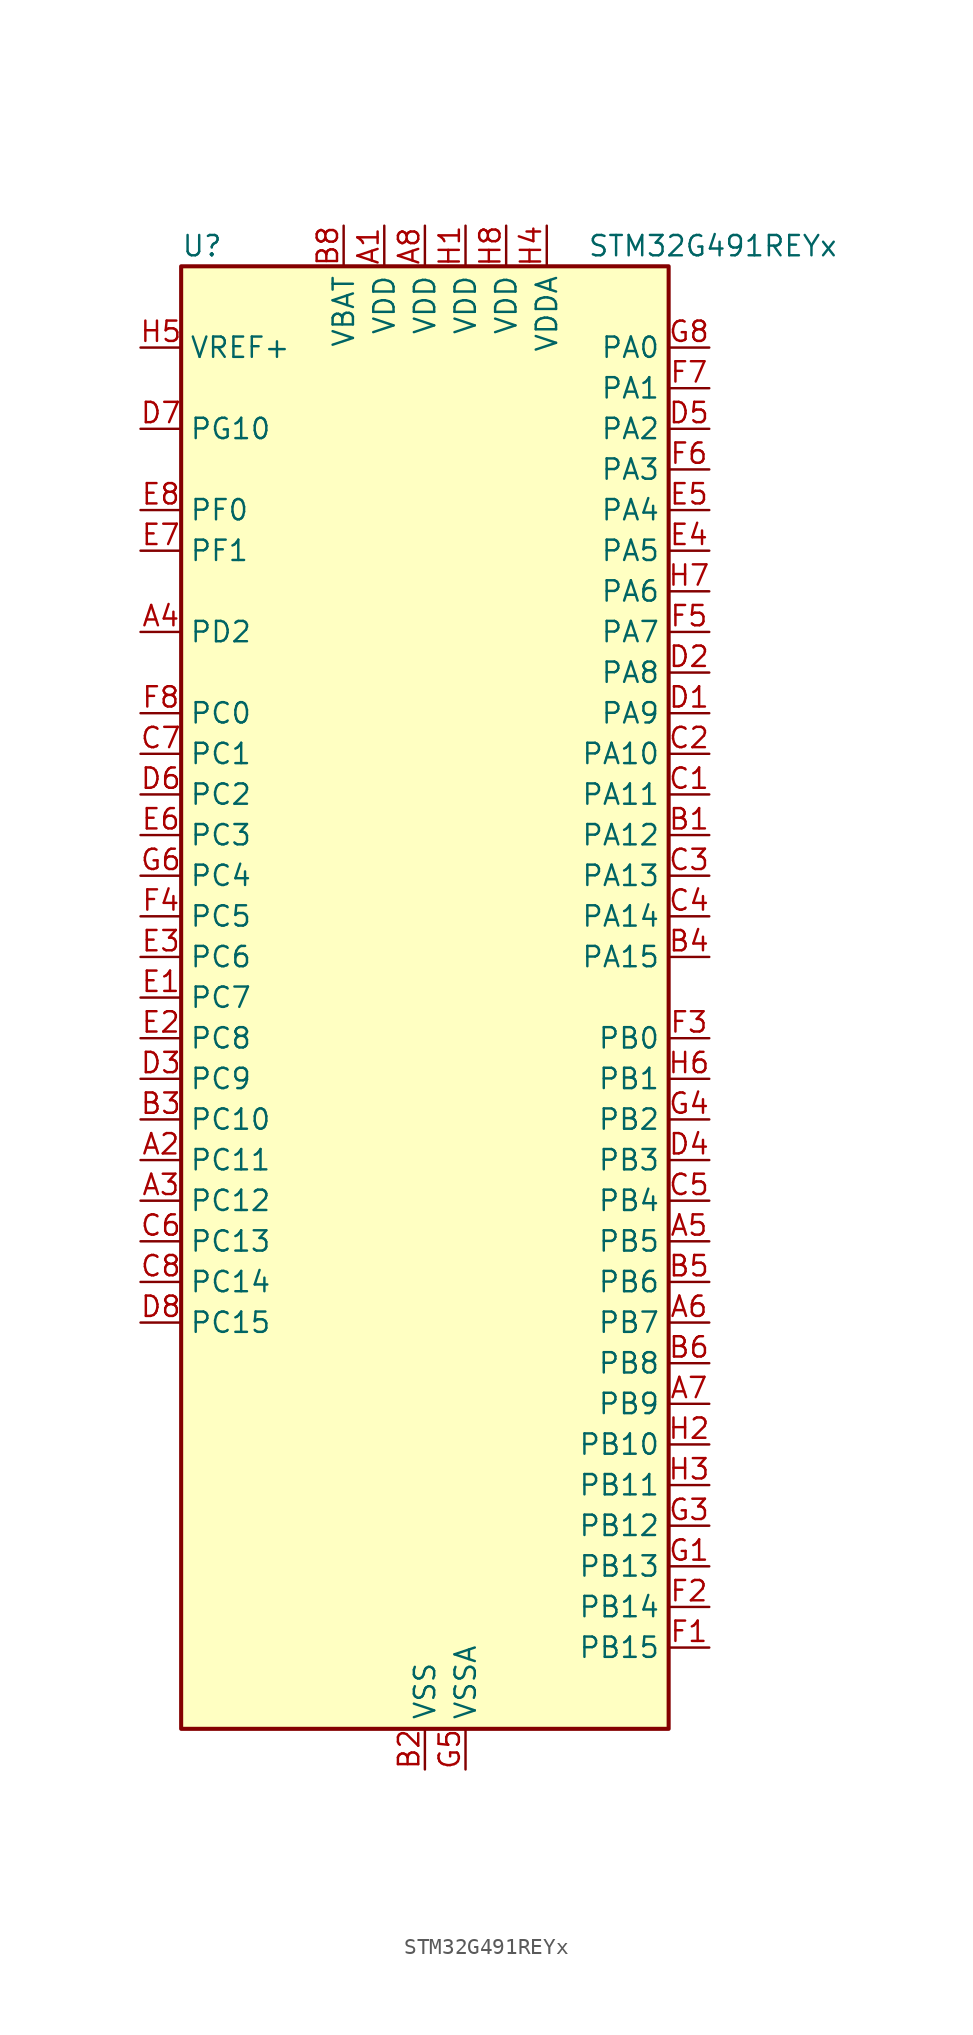
<source format=kicad_sym>
(kicad_symbol_lib
  (version 20241209)
  (generator "kicad_symbol_editor")
  (generator_version "9.0")
  (symbol "STM32G491REYx"
    (property "Reference" "U"
      (at -15.24 46.99 0)
      (effects (font (size 1.27 1.27)) (justify left)))
    (property "Value" "STM32G491REYx"
      (at 10.16 46.99 0)
      (effects (font (size 1.27 1.27)) (justify left)))
    (symbol "STM32G491REYx_0_1"
      (rectangle (start -15.24 -45.72) (end 15.24 45.72) (stroke (width 0.254) (type default)) (fill (type background))))
    (symbol "STM32G491REYx_1_1"
      (pin input line (at -17.78 40.64 0) (length 2.54) (name "VREF+" (effects (font (size 1.27 1.27)))) (number "H5" (effects (font (size 1.27 1.27)))) (alternate "VREFBUF_OUT" bidirectional line))
      (pin bidirectional line (at -17.78 35.56 0) (length 2.54) (name "PG10" (effects (font (size 1.27 1.27)))) (number "D7" (effects (font (size 1.27 1.27)))) (alternate "DAC1_EXTI10" bidirectional line) (alternate "DAC3_EXTI10" bidirectional line) (alternate "RCC_MCO" bidirectional line))
      (pin bidirectional line (at -17.78 30.48 0) (length 2.54) (name "PF0" (effects (font (size 1.27 1.27)))) (number "E8" (effects (font (size 1.27 1.27)))) (alternate "ADC1_IN10" bidirectional line) (alternate "I2C2_SDA" bidirectional line) (alternate "I2S2_WS" bidirectional line) (alternate "RCC_OSC_IN" bidirectional line) (alternate "SPI2_NSS" bidirectional line) (alternate "TIM1_CH3N" bidirectional line))
      (pin bidirectional line (at -17.78 27.94 0) (length 2.54) (name "PF1" (effects (font (size 1.27 1.27)))) (number "E7" (effects (font (size 1.27 1.27)))) (alternate "ADC2_IN10" bidirectional line) (alternate "COMP3_INM" bidirectional line) (alternate "I2S2_CK" bidirectional line) (alternate "RCC_OSC_OUT" bidirectional line) (alternate "SPI2_SCK" bidirectional line))
      (pin bidirectional line (at -17.78 22.86 0) (length 2.54) (name "PD2" (effects (font (size 1.27 1.27)))) (number "A4" (effects (font (size 1.27 1.27)))) (alternate "ADC3_EXTI2" bidirectional line) (alternate "TIM3_ETR" bidirectional line) (alternate "TIM8_BKIN" bidirectional line) (alternate "UART5_RX" bidirectional line))
      (pin bidirectional line (at -17.78 17.78 0) (length 2.54) (name "PC0" (effects (font (size 1.27 1.27)))) (number "F8" (effects (font (size 1.27 1.27)))) (alternate "ADC1_IN6" bidirectional line) (alternate "ADC2_IN6" bidirectional line) (alternate "COMP3_INM" bidirectional line) (alternate "LPTIM1_IN1" bidirectional line) (alternate "LPUART1_RX" bidirectional line) (alternate "TIM1_CH1" bidirectional line))
      (pin bidirectional line (at -17.78 15.24 0) (length 2.54) (name "PC1" (effects (font (size 1.27 1.27)))) (number "C7" (effects (font (size 1.27 1.27)))) (alternate "ADC1_IN7" bidirectional line) (alternate "ADC2_IN7" bidirectional line) (alternate "COMP3_INP" bidirectional line) (alternate "LPTIM1_OUT" bidirectional line) (alternate "LPUART1_TX" bidirectional line) (alternate "QUADSPI1_BK2_IO0" bidirectional line) (alternate "SAI1_SD_A" bidirectional line) (alternate "TIM1_CH2" bidirectional line))
      (pin bidirectional line (at -17.78 12.7 0) (length 2.54) (name "PC2" (effects (font (size 1.27 1.27)))) (number "D6" (effects (font (size 1.27 1.27)))) (alternate "ADC1_IN8" bidirectional line) (alternate "ADC2_IN8" bidirectional line) (alternate "ADC3_EXTI2" bidirectional line) (alternate "COMP3_OUT" bidirectional line) (alternate "LPTIM1_IN2" bidirectional line) (alternate "QUADSPI1_BK2_IO1" bidirectional line) (alternate "TIM1_CH3" bidirectional line) (alternate "TIM20_CH2" bidirectional line))
      (pin bidirectional line (at -17.78 10.16 0) (length 2.54) (name "PC3" (effects (font (size 1.27 1.27)))) (number "E6" (effects (font (size 1.27 1.27)))) (alternate "ADC1_IN9" bidirectional line) (alternate "ADC2_IN9" bidirectional line) (alternate "ADC3_EXTI3" bidirectional line) (alternate "LPTIM1_ETR" bidirectional line) (alternate "QUADSPI1_BK2_IO2" bidirectional line) (alternate "SAI1_D1" bidirectional line) (alternate "SAI1_SD_A" bidirectional line) (alternate "TIM1_BKIN2" bidirectional line) (alternate "TIM1_CH4" bidirectional line))
      (pin bidirectional line (at -17.78 7.62 0) (length 2.54) (name "PC4" (effects (font (size 1.27 1.27)))) (number "G6" (effects (font (size 1.27 1.27)))) (alternate "ADC2_IN5" bidirectional line) (alternate "I2C2_SCL" bidirectional line) (alternate "QUADSPI1_BK2_IO3" bidirectional line) (alternate "TIM1_ETR" bidirectional line) (alternate "USART1_TX" bidirectional line))
      (pin bidirectional line (at -17.78 5.08 0) (length 2.54) (name "PC5" (effects (font (size 1.27 1.27)))) (number "F4" (effects (font (size 1.27 1.27)))) (alternate "ADC2_IN11" bidirectional line) (alternate "OPAMP1_VINM" bidirectional line) (alternate "OPAMP1_VINM1" bidirectional line) (alternate "OPAMP1_VINM_SEC" bidirectional line) (alternate "OPAMP2_VINM" bidirectional line) (alternate "OPAMP2_VINM1" bidirectional line) (alternate "OPAMP2_VINM_SEC" bidirectional line) (alternate "SAI1_D3" bidirectional line) (alternate "SYS_WKUP5" bidirectional line) (alternate "TIM15_BKIN" bidirectional line) (alternate "TIM1_CH4N" bidirectional line) (alternate "USART1_RX" bidirectional line))
      (pin bidirectional line (at -17.78 2.54 0) (length 2.54) (name "PC6" (effects (font (size 1.27 1.27)))) (number "E3" (effects (font (size 1.27 1.27)))) (alternate "I2S2_MCK" bidirectional line) (alternate "TIM3_CH1" bidirectional line) (alternate "TIM8_CH1" bidirectional line))
      (pin bidirectional line (at -17.78 0 0) (length 2.54) (name "PC7" (effects (font (size 1.27 1.27)))) (number "E1" (effects (font (size 1.27 1.27)))) (alternate "I2S3_MCK" bidirectional line) (alternate "TIM3_CH2" bidirectional line) (alternate "TIM8_CH2" bidirectional line))
      (pin bidirectional line (at -17.78 -2.54 0) (length 2.54) (name "PC8" (effects (font (size 1.27 1.27)))) (number "E2" (effects (font (size 1.27 1.27)))) (alternate "I2C3_SCL" bidirectional line) (alternate "TIM20_CH3" bidirectional line) (alternate "TIM3_CH3" bidirectional line) (alternate "TIM8_CH3" bidirectional line))
      (pin bidirectional line (at -17.78 -5.08 0) (length 2.54) (name "PC9" (effects (font (size 1.27 1.27)))) (number "D3" (effects (font (size 1.27 1.27)))) (alternate "DAC1_EXTI9" bidirectional line) (alternate "DAC3_EXTI9" bidirectional line) (alternate "I2C3_SDA" bidirectional line) (alternate "I2S_CKIN" bidirectional line) (alternate "TIM3_CH4" bidirectional line) (alternate "TIM8_BKIN2" bidirectional line) (alternate "TIM8_CH4" bidirectional line))
      (pin bidirectional line (at -17.78 -7.62 0) (length 2.54) (name "PC10" (effects (font (size 1.27 1.27)))) (number "B3" (effects (font (size 1.27 1.27)))) (alternate "DAC1_EXTI10" bidirectional line) (alternate "DAC3_EXTI10" bidirectional line) (alternate "I2S3_CK" bidirectional line) (alternate "SPI3_SCK" bidirectional line) (alternate "TIM8_CH1N" bidirectional line) (alternate "UART4_TX" bidirectional line) (alternate "USART3_TX" bidirectional line))
      (pin bidirectional line (at -17.78 -10.16 0) (length 2.54) (name "PC11" (effects (font (size 1.27 1.27)))) (number "A2" (effects (font (size 1.27 1.27)))) (alternate "ADC1_EXTI11" bidirectional line) (alternate "ADC2_EXTI11" bidirectional line) (alternate "I2C3_SDA" bidirectional line) (alternate "SPI3_MISO" bidirectional line) (alternate "TIM8_CH2N" bidirectional line) (alternate "UART4_RX" bidirectional line) (alternate "USART3_RX" bidirectional line))
      (pin bidirectional line (at -17.78 -12.7 0) (length 2.54) (name "PC12" (effects (font (size 1.27 1.27)))) (number "A3" (effects (font (size 1.27 1.27)))) (alternate "I2S3_SD" bidirectional line) (alternate "SPI3_MOSI" bidirectional line) (alternate "TIM8_CH3N" bidirectional line) (alternate "UART5_TX" bidirectional line) (alternate "UCPD1_FRSTX1" bidirectional line) (alternate "UCPD1_FRSTX2" bidirectional line) (alternate "USART3_CK" bidirectional line))
      (pin bidirectional line (at -17.78 -15.24 0) (length 2.54) (name "PC13" (effects (font (size 1.27 1.27)))) (number "C6" (effects (font (size 1.27 1.27)))) (alternate "RTC_OUT1" bidirectional line) (alternate "RTC_TAMP1" bidirectional line) (alternate "RTC_TS" bidirectional line) (alternate "SYS_WKUP2" bidirectional line) (alternate "TIM1_BKIN" bidirectional line) (alternate "TIM1_CH1N" bidirectional line) (alternate "TIM8_CH4N" bidirectional line))
      (pin bidirectional line (at -17.78 -17.78 0) (length 2.54) (name "PC14" (effects (font (size 1.27 1.27)))) (number "C8" (effects (font (size 1.27 1.27)))) (alternate "RCC_OSC32_IN" bidirectional line))
      (pin bidirectional line (at -17.78 -20.32 0) (length 2.54) (name "PC15" (effects (font (size 1.27 1.27)))) (number "D8" (effects (font (size 1.27 1.27)))) (alternate "ADC1_EXTI15" bidirectional line) (alternate "ADC2_EXTI15" bidirectional line) (alternate "RCC_OSC32_OUT" bidirectional line))
      (pin power_in line (at -5.08 48.26 270) (length 2.54) (name "VBAT" (effects (font (size 1.27 1.27)))) (number "B8" (effects (font (size 1.27 1.27)))))
      (pin power_in line (at -2.54 48.26 270) (length 2.54) (name "VDD" (effects (font (size 1.27 1.27)))) (number "A1" (effects (font (size 1.27 1.27)))))
      (pin power_in line (at 0 48.26 270) (length 2.54) (name "VDD" (effects (font (size 1.27 1.27)))) (number "A8" (effects (font (size 1.27 1.27)))))
      (pin power_in line (at 0 -48.26 90) (length 2.54) (name "VSS" (effects (font (size 1.27 1.27)))) (number "B2" (effects (font (size 1.27 1.27)))))
      (pin passive line (at 0 -48.26 90) (length 2.54) (hide yes) (name "VSS" (effects (font (size 1.27 1.27)))) (number "B7" (effects (font (size 1.27 1.27)))))
      (pin passive line (at 0 -48.26 90) (length 2.54) (hide yes) (name "VSS" (effects (font (size 1.27 1.27)))) (number "G2" (effects (font (size 1.27 1.27)))))
      (pin passive line (at 0 -48.26 90) (length 2.54) (hide yes) (name "VSS" (effects (font (size 1.27 1.27)))) (number "G7" (effects (font (size 1.27 1.27)))))
      (pin power_in line (at 2.54 48.26 270) (length 2.54) (name "VDD" (effects (font (size 1.27 1.27)))) (number "H1" (effects (font (size 1.27 1.27)))))
      (pin power_in line (at 2.54 -48.26 90) (length 2.54) (name "VSSA" (effects (font (size 1.27 1.27)))) (number "G5" (effects (font (size 1.27 1.27)))))
      (pin power_in line (at 5.08 48.26 270) (length 2.54) (name "VDD" (effects (font (size 1.27 1.27)))) (number "H8" (effects (font (size 1.27 1.27)))))
      (pin power_in line (at 7.62 48.26 270) (length 2.54) (name "VDDA" (effects (font (size 1.27 1.27)))) (number "H4" (effects (font (size 1.27 1.27)))))
      (pin bidirectional line (at 17.78 40.64 180) (length 2.54) (name "PA0" (effects (font (size 1.27 1.27)))) (number "G8" (effects (font (size 1.27 1.27)))) (alternate "ADC1_IN1" bidirectional line) (alternate "ADC2_IN1" bidirectional line) (alternate "COMP1_INM" bidirectional line) (alternate "COMP1_OUT" bidirectional line) (alternate "COMP3_INP" bidirectional line) (alternate "RTC_TAMP2" bidirectional line) (alternate "SYS_WKUP1" bidirectional line) (alternate "TIM2_CH1" bidirectional line) (alternate "TIM2_ETR" bidirectional line) (alternate "TIM8_BKIN" bidirectional line) (alternate "TIM8_ETR" bidirectional line) (alternate "USART2_CTS" bidirectional line) (alternate "USART2_NSS" bidirectional line))
      (pin bidirectional line (at 17.78 38.1 180) (length 2.54) (name "PA1" (effects (font (size 1.27 1.27)))) (number "F7" (effects (font (size 1.27 1.27)))) (alternate "ADC1_IN2" bidirectional line) (alternate "ADC2_IN2" bidirectional line) (alternate "COMP1_INP" bidirectional line) (alternate "OPAMP1_VINP" bidirectional line) (alternate "OPAMP1_VINP_SEC" bidirectional line) (alternate "OPAMP3_VINP" bidirectional line) (alternate "OPAMP3_VINP_SEC" bidirectional line) (alternate "OPAMP6_VINM" bidirectional line) (alternate "OPAMP6_VINM0" bidirectional line) (alternate "OPAMP6_VINM_SEC" bidirectional line) (alternate "RTC_REFIN" bidirectional line) (alternate "TIM15_CH1N" bidirectional line) (alternate "TIM2_CH2" bidirectional line) (alternate "USART2_DE" bidirectional line) (alternate "USART2_RTS" bidirectional line))
      (pin bidirectional line (at 17.78 35.56 180) (length 2.54) (name "PA2" (effects (font (size 1.27 1.27)))) (number "D5" (effects (font (size 1.27 1.27)))) (alternate "ADC1_IN3" bidirectional line) (alternate "ADC3_EXTI2" bidirectional line) (alternate "COMP2_INM" bidirectional line) (alternate "COMP2_OUT" bidirectional line) (alternate "LPUART1_TX" bidirectional line) (alternate "OPAMP1_VOUT" bidirectional line) (alternate "QUADSPI1_BK1_NCS" bidirectional line) (alternate "RCC_LSCO" bidirectional line) (alternate "SYS_WKUP4" bidirectional line) (alternate "TIM15_CH1" bidirectional line) (alternate "TIM2_CH3" bidirectional line) (alternate "UCPD1_FRSTX1" bidirectional line) (alternate "UCPD1_FRSTX2" bidirectional line) (alternate "USART2_TX" bidirectional line))
      (pin bidirectional line (at 17.78 33.02 180) (length 2.54) (name "PA3" (effects (font (size 1.27 1.27)))) (number "F6" (effects (font (size 1.27 1.27)))) (alternate "ADC1_IN4" bidirectional line) (alternate "ADC3_EXTI3" bidirectional line) (alternate "COMP2_INP" bidirectional line) (alternate "LPUART1_RX" bidirectional line) (alternate "OPAMP1_VINM" bidirectional line) (alternate "OPAMP1_VINM0" bidirectional line) (alternate "OPAMP1_VINM_SEC" bidirectional line) (alternate "OPAMP1_VINP" bidirectional line) (alternate "OPAMP1_VINP_SEC" bidirectional line) (alternate "QUADSPI1_CLK" bidirectional line) (alternate "SAI1_CK1" bidirectional line) (alternate "SAI1_MCLK_A" bidirectional line) (alternate "TIM15_CH2" bidirectional line) (alternate "TIM2_CH4" bidirectional line) (alternate "USART2_RX" bidirectional line))
      (pin bidirectional line (at 17.78 30.48 180) (length 2.54) (name "PA4" (effects (font (size 1.27 1.27)))) (number "E5" (effects (font (size 1.27 1.27)))) (alternate "ADC2_IN17" bidirectional line) (alternate "COMP1_INM" bidirectional line) (alternate "DAC1_OUT1" bidirectional line) (alternate "I2S3_WS" bidirectional line) (alternate "SAI1_FS_B" bidirectional line) (alternate "SPI1_NSS" bidirectional line) (alternate "SPI3_NSS" bidirectional line) (alternate "TIM3_CH2" bidirectional line) (alternate "USART2_CK" bidirectional line))
      (pin bidirectional line (at 17.78 27.94 180) (length 2.54) (name "PA5" (effects (font (size 1.27 1.27)))) (number "E4" (effects (font (size 1.27 1.27)))) (alternate "ADC2_IN13" bidirectional line) (alternate "COMP2_INM" bidirectional line) (alternate "DAC1_OUT2" bidirectional line) (alternate "OPAMP2_VINM" bidirectional line) (alternate "OPAMP2_VINM0" bidirectional line) (alternate "OPAMP2_VINM_SEC" bidirectional line) (alternate "SPI1_SCK" bidirectional line) (alternate "TIM2_CH1" bidirectional line) (alternate "TIM2_ETR" bidirectional line) (alternate "UCPD1_FRSTX1" bidirectional line) (alternate "UCPD1_FRSTX2" bidirectional line))
      (pin bidirectional line (at 17.78 25.4 180) (length 2.54) (name "PA6" (effects (font (size 1.27 1.27)))) (number "H7" (effects (font (size 1.27 1.27)))) (alternate "ADC2_IN3" bidirectional line) (alternate "COMP1_OUT" bidirectional line) (alternate "LPUART1_CTS" bidirectional line) (alternate "OPAMP2_VOUT" bidirectional line) (alternate "QUADSPI1_BK1_IO3" bidirectional line) (alternate "SPI1_MISO" bidirectional line) (alternate "TIM16_CH1" bidirectional line) (alternate "TIM1_BKIN" bidirectional line) (alternate "TIM3_CH1" bidirectional line) (alternate "TIM8_BKIN" bidirectional line))
      (pin bidirectional line (at 17.78 22.86 180) (length 2.54) (name "PA7" (effects (font (size 1.27 1.27)))) (number "F5" (effects (font (size 1.27 1.27)))) (alternate "ADC2_IN4" bidirectional line) (alternate "COMP2_INP" bidirectional line) (alternate "COMP2_OUT" bidirectional line) (alternate "OPAMP1_VINP" bidirectional line) (alternate "OPAMP1_VINP_SEC" bidirectional line) (alternate "OPAMP2_VINP" bidirectional line) (alternate "OPAMP2_VINP_SEC" bidirectional line) (alternate "QUADSPI1_BK1_IO2" bidirectional line) (alternate "SPI1_MOSI" bidirectional line) (alternate "TIM17_CH1" bidirectional line) (alternate "TIM1_CH1N" bidirectional line) (alternate "TIM3_CH2" bidirectional line) (alternate "TIM8_CH1N" bidirectional line) (alternate "UCPD1_FRSTX1" bidirectional line) (alternate "UCPD1_FRSTX2" bidirectional line))
      (pin bidirectional line (at 17.78 20.32 180) (length 2.54) (name "PA8" (effects (font (size 1.27 1.27)))) (number "D2" (effects (font (size 1.27 1.27)))) (alternate "I2C2_SDA" bidirectional line) (alternate "I2C3_SCL" bidirectional line) (alternate "I2S2_MCK" bidirectional line) (alternate "RCC_MCO" bidirectional line) (alternate "SAI1_CK2" bidirectional line) (alternate "SAI1_SCK_A" bidirectional line) (alternate "TIM1_CH1" bidirectional line) (alternate "TIM4_ETR" bidirectional line) (alternate "USART1_CK" bidirectional line))
      (pin bidirectional line (at 17.78 17.78 180) (length 2.54) (name "PA9" (effects (font (size 1.27 1.27)))) (number "D1" (effects (font (size 1.27 1.27)))) (alternate "DAC1_EXTI9" bidirectional line) (alternate "DAC3_EXTI9" bidirectional line) (alternate "I2C2_SCL" bidirectional line) (alternate "I2C3_SMBA" bidirectional line) (alternate "I2S3_MCK" bidirectional line) (alternate "SAI1_FS_A" bidirectional line) (alternate "TIM15_BKIN" bidirectional line) (alternate "TIM1_CH2" bidirectional line) (alternate "TIM2_CH3" bidirectional line) (alternate "UCPD1_DBCC1" bidirectional line) (alternate "USART1_TX" bidirectional line))
      (pin bidirectional line (at 17.78 15.24 180) (length 2.54) (name "PA10" (effects (font (size 1.27 1.27)))) (number "C2" (effects (font (size 1.27 1.27)))) (alternate "CRS_SYNC" bidirectional line) (alternate "DAC1_EXTI10" bidirectional line) (alternate "DAC3_EXTI10" bidirectional line) (alternate "I2C2_SMBA" bidirectional line) (alternate "SAI1_D1" bidirectional line) (alternate "SAI1_SD_A" bidirectional line) (alternate "SPI2_MISO" bidirectional line) (alternate "TIM17_BKIN" bidirectional line) (alternate "TIM1_CH3" bidirectional line) (alternate "TIM2_CH4" bidirectional line) (alternate "TIM8_BKIN" bidirectional line) (alternate "UCPD1_DBCC2" bidirectional line) (alternate "USART1_RX" bidirectional line))
      (pin bidirectional line (at 17.78 12.7 180) (length 2.54) (name "PA11" (effects (font (size 1.27 1.27)))) (number "C1" (effects (font (size 1.27 1.27)))) (alternate "ADC1_EXTI11" bidirectional line) (alternate "ADC2_EXTI11" bidirectional line) (alternate "COMP1_OUT" bidirectional line) (alternate "FDCAN1_RX" bidirectional line) (alternate "I2S2_SD" bidirectional line) (alternate "SPI2_MOSI" bidirectional line) (alternate "TIM1_BKIN2" bidirectional line) (alternate "TIM1_CH1N" bidirectional line) (alternate "TIM1_CH4" bidirectional line) (alternate "TIM4_CH1" bidirectional line) (alternate "USART1_CTS" bidirectional line) (alternate "USART1_NSS" bidirectional line) (alternate "USB_DM" bidirectional line))
      (pin bidirectional line (at 17.78 10.16 180) (length 2.54) (name "PA12" (effects (font (size 1.27 1.27)))) (number "B1" (effects (font (size 1.27 1.27)))) (alternate "COMP2_OUT" bidirectional line) (alternate "FDCAN1_TX" bidirectional line) (alternate "I2S_CKIN" bidirectional line) (alternate "TIM16_CH1" bidirectional line) (alternate "TIM1_CH2N" bidirectional line) (alternate "TIM1_ETR" bidirectional line) (alternate "TIM4_CH2" bidirectional line) (alternate "USART1_DE" bidirectional line) (alternate "USART1_RTS" bidirectional line) (alternate "USB_DP" bidirectional line))
      (pin bidirectional line (at 17.78 7.62 180) (length 2.54) (name "PA13" (effects (font (size 1.27 1.27)))) (number "C3" (effects (font (size 1.27 1.27)))) (alternate "I2C1_SCL" bidirectional line) (alternate "IR_OUT" bidirectional line) (alternate "SAI1_SD_B" bidirectional line) (alternate "SYS_JTMS-SWDIO" bidirectional line) (alternate "TIM16_CH1N" bidirectional line) (alternate "TIM4_CH3" bidirectional line) (alternate "USART3_CTS" bidirectional line) (alternate "USART3_NSS" bidirectional line))
      (pin bidirectional line (at 17.78 5.08 180) (length 2.54) (name "PA14" (effects (font (size 1.27 1.27)))) (number "C4" (effects (font (size 1.27 1.27)))) (alternate "I2C1_SDA" bidirectional line) (alternate "LPTIM1_OUT" bidirectional line) (alternate "SAI1_FS_B" bidirectional line) (alternate "SYS_JTCK-SWCLK" bidirectional line) (alternate "TIM1_BKIN" bidirectional line) (alternate "TIM8_CH2" bidirectional line) (alternate "USART2_TX" bidirectional line))
      (pin bidirectional line (at 17.78 2.54 180) (length 2.54) (name "PA15" (effects (font (size 1.27 1.27)))) (number "B4" (effects (font (size 1.27 1.27)))) (alternate "ADC1_EXTI15" bidirectional line) (alternate "ADC2_EXTI15" bidirectional line) (alternate "I2C1_SCL" bidirectional line) (alternate "I2S3_WS" bidirectional line) (alternate "SPI1_NSS" bidirectional line) (alternate "SPI3_NSS" bidirectional line) (alternate "SYS_JTDI" bidirectional line) (alternate "TIM1_BKIN" bidirectional line) (alternate "TIM20_ETR" bidirectional line) (alternate "TIM2_CH1" bidirectional line) (alternate "TIM2_ETR" bidirectional line) (alternate "TIM8_CH1" bidirectional line) (alternate "UART4_DE" bidirectional line) (alternate "UART4_RTS" bidirectional line) (alternate "USART2_RX" bidirectional line))
      (pin bidirectional line (at 17.78 -2.54 180) (length 2.54) (name "PB0" (effects (font (size 1.27 1.27)))) (number "F3" (effects (font (size 1.27 1.27)))) (alternate "ADC1_IN15" bidirectional line) (alternate "ADC3_IN12" bidirectional line) (alternate "COMP4_INP" bidirectional line) (alternate "OPAMP2_VINP" bidirectional line) (alternate "OPAMP2_VINP_SEC" bidirectional line) (alternate "OPAMP3_VINP" bidirectional line) (alternate "OPAMP3_VINP_SEC" bidirectional line) (alternate "QUADSPI1_BK1_IO1" bidirectional line) (alternate "TIM1_CH2N" bidirectional line) (alternate "TIM3_CH3" bidirectional line) (alternate "TIM8_CH2N" bidirectional line) (alternate "UCPD1_FRSTX1" bidirectional line) (alternate "UCPD1_FRSTX2" bidirectional line))
      (pin bidirectional line (at 17.78 -5.08 180) (length 2.54) (name "PB1" (effects (font (size 1.27 1.27)))) (number "H6" (effects (font (size 1.27 1.27)))) (alternate "ADC1_IN12" bidirectional line) (alternate "ADC3_IN1" bidirectional line) (alternate "COMP1_INP" bidirectional line) (alternate "COMP4_OUT" bidirectional line) (alternate "LPUART1_DE" bidirectional line) (alternate "LPUART1_RTS" bidirectional line) (alternate "OPAMP3_VOUT" bidirectional line) (alternate "OPAMP6_VINM" bidirectional line) (alternate "OPAMP6_VINM1" bidirectional line) (alternate "OPAMP6_VINM_SEC" bidirectional line) (alternate "QUADSPI1_BK1_IO0" bidirectional line) (alternate "TIM1_CH3N" bidirectional line) (alternate "TIM3_CH4" bidirectional line) (alternate "TIM8_CH3N" bidirectional line))
      (pin bidirectional line (at 17.78 -7.62 180) (length 2.54) (name "PB2" (effects (font (size 1.27 1.27)))) (number "G4" (effects (font (size 1.27 1.27)))) (alternate "ADC2_IN12" bidirectional line) (alternate "ADC3_EXTI2" bidirectional line) (alternate "COMP4_INM" bidirectional line) (alternate "I2C3_SMBA" bidirectional line) (alternate "LPTIM1_OUT" bidirectional line) (alternate "OPAMP3_VINM" bidirectional line) (alternate "OPAMP3_VINM0" bidirectional line) (alternate "OPAMP3_VINM_SEC" bidirectional line) (alternate "QUADSPI1_BK2_IO1" bidirectional line) (alternate "RTC_OUT2" bidirectional line) (alternate "TIM20_CH1" bidirectional line))
      (pin bidirectional line (at 17.78 -10.16 180) (length 2.54) (name "PB3" (effects (font (size 1.27 1.27)))) (number "D4" (effects (font (size 1.27 1.27)))) (alternate "ADC3_EXTI3" bidirectional line) (alternate "CRS_SYNC" bidirectional line) (alternate "I2S3_CK" bidirectional line) (alternate "SAI1_SCK_B" bidirectional line) (alternate "SPI1_SCK" bidirectional line) (alternate "SPI3_SCK" bidirectional line) (alternate "SYS_JTDO-SWO" bidirectional line) (alternate "TIM2_CH2" bidirectional line) (alternate "TIM3_ETR" bidirectional line) (alternate "TIM4_ETR" bidirectional line) (alternate "TIM8_CH1N" bidirectional line) (alternate "USART2_TX" bidirectional line))
      (pin bidirectional line (at 17.78 -12.7 180) (length 2.54) (name "PB4" (effects (font (size 1.27 1.27)))) (number "C5" (effects (font (size 1.27 1.27)))) (alternate "SAI1_MCLK_B" bidirectional line) (alternate "SPI1_MISO" bidirectional line) (alternate "SPI3_MISO" bidirectional line) (alternate "SYS_JTRST" bidirectional line) (alternate "TIM16_CH1" bidirectional line) (alternate "TIM17_BKIN" bidirectional line) (alternate "TIM3_CH1" bidirectional line) (alternate "TIM8_CH2N" bidirectional line) (alternate "UART5_DE" bidirectional line) (alternate "UART5_RTS" bidirectional line) (alternate "UCPD1_CC2" bidirectional line) (alternate "USART2_RX" bidirectional line))
      (pin bidirectional line (at 17.78 -15.24 180) (length 2.54) (name "PB5" (effects (font (size 1.27 1.27)))) (number "A5" (effects (font (size 1.27 1.27)))) (alternate "FDCAN2_RX" bidirectional line) (alternate "I2C1_SMBA" bidirectional line) (alternate "I2C3_SDA" bidirectional line) (alternate "I2S3_SD" bidirectional line) (alternate "LPTIM1_IN1" bidirectional line) (alternate "SAI1_SD_B" bidirectional line) (alternate "SPI1_MOSI" bidirectional line) (alternate "SPI3_MOSI" bidirectional line) (alternate "TIM16_BKIN" bidirectional line) (alternate "TIM17_CH1" bidirectional line) (alternate "TIM3_CH2" bidirectional line) (alternate "TIM8_CH3N" bidirectional line) (alternate "UART5_CTS" bidirectional line) (alternate "USART2_CK" bidirectional line))
      (pin bidirectional line (at 17.78 -17.78 180) (length 2.54) (name "PB6" (effects (font (size 1.27 1.27)))) (number "B5" (effects (font (size 1.27 1.27)))) (alternate "COMP4_OUT" bidirectional line) (alternate "FDCAN2_TX" bidirectional line) (alternate "LPTIM1_ETR" bidirectional line) (alternate "SAI1_FS_B" bidirectional line) (alternate "TIM16_CH1N" bidirectional line) (alternate "TIM4_CH1" bidirectional line) (alternate "TIM8_BKIN2" bidirectional line) (alternate "TIM8_CH1" bidirectional line) (alternate "TIM8_ETR" bidirectional line) (alternate "UCPD1_CC1" bidirectional line) (alternate "USART1_TX" bidirectional line))
      (pin bidirectional line (at 17.78 -20.32 180) (length 2.54) (name "PB7" (effects (font (size 1.27 1.27)))) (number "A6" (effects (font (size 1.27 1.27)))) (alternate "COMP3_OUT" bidirectional line) (alternate "I2C1_SDA" bidirectional line) (alternate "LPTIM1_IN2" bidirectional line) (alternate "SYS_PVD_IN" bidirectional line) (alternate "TIM17_CH1N" bidirectional line) (alternate "TIM3_CH4" bidirectional line) (alternate "TIM4_CH2" bidirectional line) (alternate "TIM8_BKIN" bidirectional line) (alternate "UART4_CTS" bidirectional line) (alternate "USART1_RX" bidirectional line))
      (pin bidirectional line (at 17.78 -22.86 180) (length 2.54) (name "PB8" (effects (font (size 1.27 1.27)))) (number "B6" (effects (font (size 1.27 1.27)))) (alternate "COMP1_OUT" bidirectional line) (alternate "FDCAN1_RX" bidirectional line) (alternate "I2C1_SCL" bidirectional line) (alternate "SAI1_CK1" bidirectional line) (alternate "SAI1_MCLK_A" bidirectional line) (alternate "TIM16_CH1" bidirectional line) (alternate "TIM1_BKIN" bidirectional line) (alternate "TIM4_CH3" bidirectional line) (alternate "TIM8_CH2" bidirectional line) (alternate "USART3_RX" bidirectional line))
      (pin bidirectional line (at 17.78 -25.4 180) (length 2.54) (name "PB9" (effects (font (size 1.27 1.27)))) (number "A7" (effects (font (size 1.27 1.27)))) (alternate "COMP2_OUT" bidirectional line) (alternate "DAC1_EXTI9" bidirectional line) (alternate "DAC3_EXTI9" bidirectional line) (alternate "FDCAN1_TX" bidirectional line) (alternate "I2C1_SDA" bidirectional line) (alternate "IR_OUT" bidirectional line) (alternate "SAI1_D2" bidirectional line) (alternate "SAI1_FS_A" bidirectional line) (alternate "TIM17_CH1" bidirectional line) (alternate "TIM1_CH3N" bidirectional line) (alternate "TIM4_CH4" bidirectional line) (alternate "TIM8_CH3" bidirectional line) (alternate "USART3_TX" bidirectional line))
      (pin bidirectional line (at 17.78 -27.94 180) (length 2.54) (name "PB10" (effects (font (size 1.27 1.27)))) (number "H2" (effects (font (size 1.27 1.27)))) (alternate "DAC1_EXTI10" bidirectional line) (alternate "DAC3_EXTI10" bidirectional line) (alternate "LPUART1_RX" bidirectional line) (alternate "OPAMP3_VINM" bidirectional line) (alternate "OPAMP3_VINM1" bidirectional line) (alternate "OPAMP3_VINM_SEC" bidirectional line) (alternate "QUADSPI1_CLK" bidirectional line) (alternate "SAI1_SCK_A" bidirectional line) (alternate "TIM1_BKIN" bidirectional line) (alternate "TIM2_CH3" bidirectional line) (alternate "USART3_TX" bidirectional line))
      (pin bidirectional line (at 17.78 -30.48 180) (length 2.54) (name "PB11" (effects (font (size 1.27 1.27)))) (number "H3" (effects (font (size 1.27 1.27)))) (alternate "ADC1_EXTI11" bidirectional line) (alternate "ADC1_IN14" bidirectional line) (alternate "ADC2_EXTI11" bidirectional line) (alternate "ADC2_IN14" bidirectional line) (alternate "LPUART1_TX" bidirectional line) (alternate "OPAMP6_VOUT" bidirectional line) (alternate "QUADSPI1_BK1_NCS" bidirectional line) (alternate "TIM2_CH4" bidirectional line) (alternate "USART3_RX" bidirectional line))
      (pin bidirectional line (at 17.78 -33.02 180) (length 2.54) (name "PB12" (effects (font (size 1.27 1.27)))) (number "G3" (effects (font (size 1.27 1.27)))) (alternate "ADC1_IN11" bidirectional line) (alternate "FDCAN2_RX" bidirectional line) (alternate "I2C2_SMBA" bidirectional line) (alternate "I2S2_WS" bidirectional line) (alternate "LPUART1_DE" bidirectional line) (alternate "LPUART1_RTS" bidirectional line) (alternate "OPAMP6_VINP" bidirectional line) (alternate "OPAMP6_VINP_SEC" bidirectional line) (alternate "SPI2_NSS" bidirectional line) (alternate "TIM1_BKIN" bidirectional line) (alternate "USART3_CK" bidirectional line))
      (pin bidirectional line (at 17.78 -35.56 180) (length 2.54) (name "PB13" (effects (font (size 1.27 1.27)))) (number "G1" (effects (font (size 1.27 1.27)))) (alternate "ADC3_IN5" bidirectional line) (alternate "FDCAN2_TX" bidirectional line) (alternate "I2S2_CK" bidirectional line) (alternate "LPUART1_CTS" bidirectional line) (alternate "OPAMP3_VINP" bidirectional line) (alternate "OPAMP3_VINP_SEC" bidirectional line) (alternate "OPAMP6_VINP" bidirectional line) (alternate "OPAMP6_VINP_SEC" bidirectional line) (alternate "SPI2_SCK" bidirectional line) (alternate "TIM1_CH1N" bidirectional line) (alternate "USART3_CTS" bidirectional line) (alternate "USART3_NSS" bidirectional line))
      (pin bidirectional line (at 17.78 -38.1 180) (length 2.54) (name "PB14" (effects (font (size 1.27 1.27)))) (number "F2" (effects (font (size 1.27 1.27)))) (alternate "ADC1_IN5" bidirectional line) (alternate "COMP4_OUT" bidirectional line) (alternate "OPAMP2_VINP" bidirectional line) (alternate "OPAMP2_VINP_SEC" bidirectional line) (alternate "SPI2_MISO" bidirectional line) (alternate "TIM15_CH1" bidirectional line) (alternate "TIM1_CH2N" bidirectional line) (alternate "USART3_DE" bidirectional line) (alternate "USART3_RTS" bidirectional line))
      (pin bidirectional line (at 17.78 -40.64 180) (length 2.54) (name "PB15" (effects (font (size 1.27 1.27)))) (number "F1" (effects (font (size 1.27 1.27)))) (alternate "ADC1_EXTI15" bidirectional line) (alternate "ADC2_EXTI15" bidirectional line) (alternate "ADC2_IN15" bidirectional line) (alternate "COMP3_OUT" bidirectional line) (alternate "I2S2_SD" bidirectional line) (alternate "RTC_REFIN" bidirectional line) (alternate "SPI2_MOSI" bidirectional line) (alternate "TIM15_CH1N" bidirectional line) (alternate "TIM15_CH2" bidirectional line) (alternate "TIM1_CH3N" bidirectional line)))))
</source>
